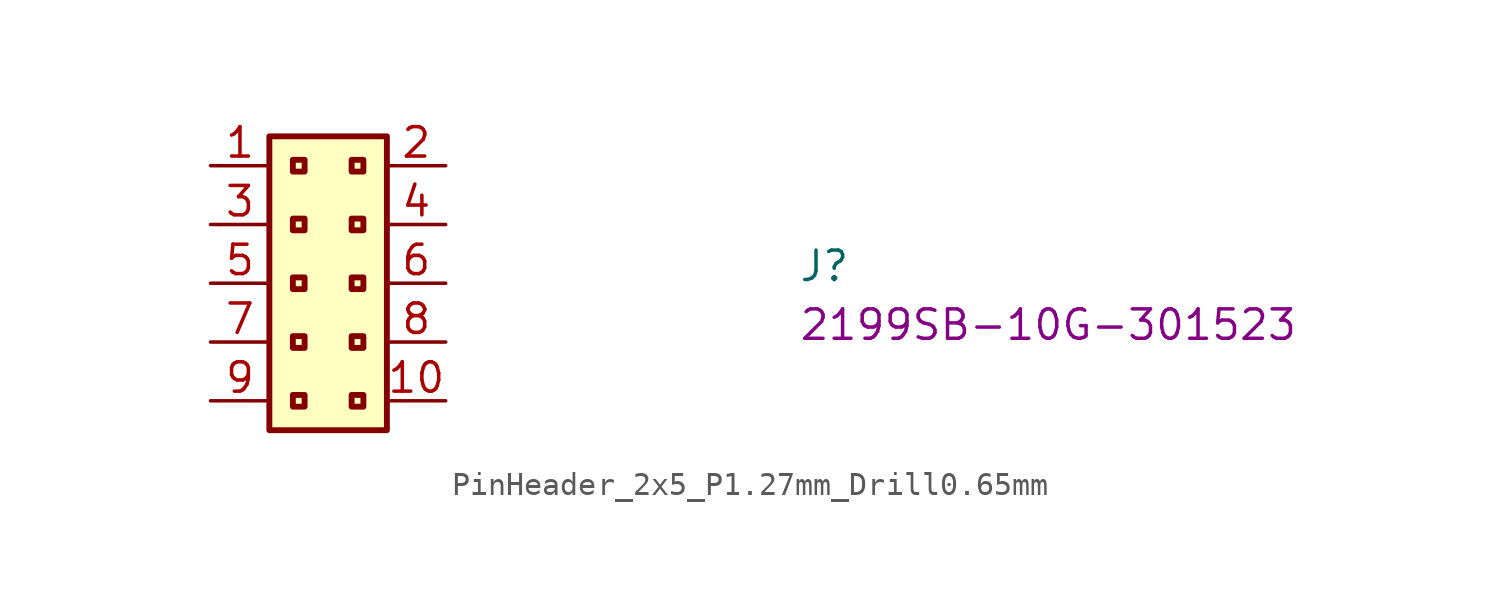
<source format=kicad_sym>
(kicad_symbol_lib
  (version 20220914)
  (generator kicad_symbol_editor)
  (symbol "PinHeader_2x5_P1.27mm_Drill0.65mm"
    (property "Reference" "J"
      (at 25.4 -5.08 0)
      (effects (font (size 1.27 1.27) (thickness 0.15)) (justify left bottom)))
    (property "MPN" "2199SB-10G-301523"
      (at 25.4 -7.62 0)
      (effects (font (size 1.27 1.27) (thickness 0.15)) (justify left bottom)))
    (symbol "PinHeader_2x5_P1.27mm_Drill0.65mm_1_1"
      (rectangle (start 2.54 1.27) (end 7.62 -11.43) (stroke (width 0.254) (type default)) (fill (type background)))
      (rectangle (start 3.556 -9.906) (end 4.064 -10.414) (stroke (width 0.254) (type default)) (fill (type background)))
      (rectangle (start 3.556 -7.366) (end 4.064 -7.874) (stroke (width 0.254) (type default)) (fill (type background)))
      (rectangle (start 3.556 -4.826) (end 4.064 -5.334) (stroke (width 0.254) (type default)) (fill (type background)))
      (rectangle (start 3.556 -2.286) (end 4.064 -2.794) (stroke (width 0.254) (type default)) (fill (type background)))
      (rectangle (start 3.556 0.254) (end 4.064 -0.254) (stroke (width 0.254) (type default)) (fill (type background)))
      (rectangle (start 6.096 -9.906) (end 6.604 -10.414) (stroke (width 0.254) (type default)) (fill (type background)))
      (rectangle (start 6.096 -7.366) (end 6.604 -7.874) (stroke (width 0.254) (type default)) (fill (type background)))
      (rectangle (start 6.096 -4.826) (end 6.604 -5.334) (stroke (width 0.254) (type default)) (fill (type background)))
      (rectangle (start 6.096 -2.286) (end 6.604 -2.794) (stroke (width 0.254) (type default)) (fill (type background)))
      (rectangle (start 6.096 0.254) (end 6.604 -0.254) (stroke (width 0.254) (type default)) (fill (type background)))
      (pin passive line (at 0 0 0) (length 2.54) (name "~" (effects (font (size 1.27 1.27)))) (number "1" (effects (font (size 1.27 1.27)))))
      (pin passive line (at 10.16 -10.16 180) (length 2.54) (name "~" (effects (font (size 1.27 1.27)))) (number "10" (effects (font (size 1.27 1.27)))))
      (pin passive line (at 10.16 0 180) (length 2.54) (name "~" (effects (font (size 1.27 1.27)))) (number "2" (effects (font (size 1.27 1.27)))))
      (pin passive line (at 0 -2.54 0) (length 2.54) (name "~" (effects (font (size 1.27 1.27)))) (number "3" (effects (font (size 1.27 1.27)))))
      (pin passive line (at 10.16 -2.54 180) (length 2.54) (name "~" (effects (font (size 1.27 1.27)))) (number "4" (effects (font (size 1.27 1.27)))))
      (pin passive line (at 0 -5.08 0) (length 2.54) (name "~" (effects (font (size 1.27 1.27)))) (number "5" (effects (font (size 1.27 1.27)))))
      (pin passive line (at 10.16 -5.08 180) (length 2.54) (name "~" (effects (font (size 1.27 1.27)))) (number "6" (effects (font (size 1.27 1.27)))))
      (pin passive line (at 0 -7.62 0) (length 2.54) (name "~" (effects (font (size 1.27 1.27)))) (number "7" (effects (font (size 1.27 1.27)))))
      (pin passive line (at 10.16 -7.62 180) (length 2.54) (name "~" (effects (font (size 1.27 1.27)))) (number "8" (effects (font (size 1.27 1.27)))))
      (pin passive line (at 0 -10.16 0) (length 2.54) (name "~" (effects (font (size 1.27 1.27)))) (number "9" (effects (font (size 1.27 1.27))))))))
</source>
